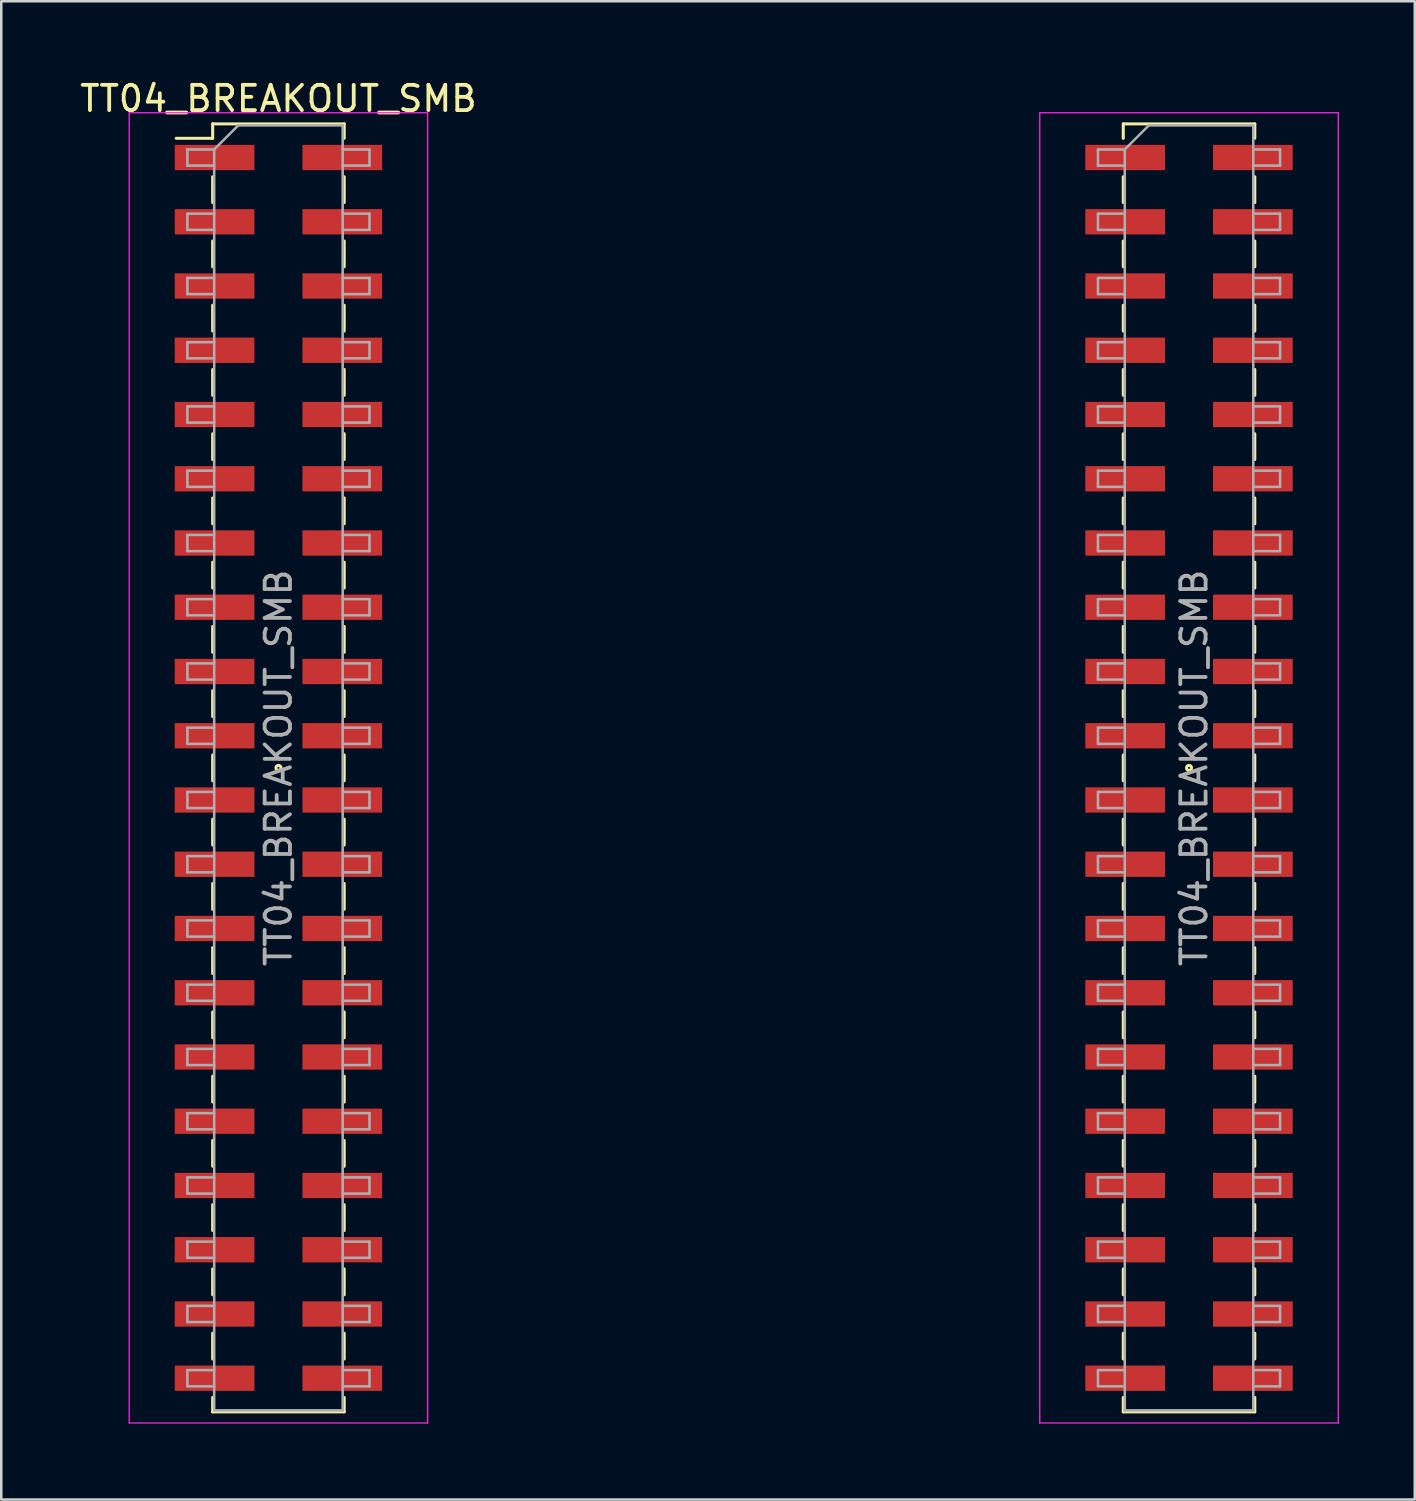
<source format=kicad_pcb>
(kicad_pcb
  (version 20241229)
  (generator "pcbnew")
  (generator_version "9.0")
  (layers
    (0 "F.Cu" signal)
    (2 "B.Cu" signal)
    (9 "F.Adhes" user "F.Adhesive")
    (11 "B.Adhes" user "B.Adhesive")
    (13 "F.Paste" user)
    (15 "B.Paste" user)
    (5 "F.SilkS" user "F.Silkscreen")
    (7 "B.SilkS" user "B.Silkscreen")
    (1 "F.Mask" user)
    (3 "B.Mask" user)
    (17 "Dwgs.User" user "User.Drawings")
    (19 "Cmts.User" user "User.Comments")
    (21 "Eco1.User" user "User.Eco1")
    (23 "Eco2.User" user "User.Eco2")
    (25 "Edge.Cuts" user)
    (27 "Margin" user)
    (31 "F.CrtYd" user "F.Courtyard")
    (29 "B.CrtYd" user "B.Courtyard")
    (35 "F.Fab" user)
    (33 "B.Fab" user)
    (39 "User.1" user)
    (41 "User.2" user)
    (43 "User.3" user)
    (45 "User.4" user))
  (footprint "TT04_BREAKOUT_SMB"
    (layer "F.Cu")
    (at 25.958 27.308)
    (property "Reference" "TT04_BREAKOUT_SMB" (at -18 -26.46 0) (layer "F.SilkS") (effects (font (size 1 1) (thickness 0.15))))
    (attr smd)
    (fp_line (start -22.04 -24.89) (end -20.6 -24.89) (stroke (width 0.12) (type solid)) (layer "F.SilkS"))
    (fp_line (start -20.6 -25.46) (end -20.6 -24.89) (stroke (width 0.12) (type solid)) (layer "F.SilkS"))
    (fp_line (start -20.6 -25.46) (end -15.4 -25.46) (stroke (width 0.12) (type solid)) (layer "F.SilkS"))
    (fp_line (start -20.6 -23.37) (end -20.6 -22.35) (stroke (width 0.12) (type solid)) (layer "F.SilkS"))
    (fp_line (start -20.6 -20.83) (end -20.6 -19.81) (stroke (width 0.12) (type solid)) (layer "F.SilkS"))
    (fp_line (start -20.6 -18.29) (end -20.6 -17.27) (stroke (width 0.12) (type solid)) (layer "F.SilkS"))
    (fp_line (start -20.6 -15.75) (end -20.6 -14.73) (stroke (width 0.12) (type solid)) (layer "F.SilkS"))
    (fp_line (start -20.6 -13.21) (end -20.6 -12.19) (stroke (width 0.12) (type solid)) (layer "F.SilkS"))
    (fp_line (start -20.6 -10.67) (end -20.6 -9.65) (stroke (width 0.12) (type solid)) (layer "F.SilkS"))
    (fp_line (start -20.6 -8.13) (end -20.6 -7.11) (stroke (width 0.12) (type solid)) (layer "F.SilkS"))
    (fp_line (start -20.6 -5.59) (end -20.6 -4.57) (stroke (width 0.12) (type solid)) (layer "F.SilkS"))
    (fp_line (start -20.6 -3.05) (end -20.6 -2.03) (stroke (width 0.12) (type solid)) (layer "F.SilkS"))
    (fp_line (start -20.6 -0.51) (end -20.6 0.51) (stroke (width 0.12) (type solid)) (layer "F.SilkS"))
    (fp_line (start -20.6 2.03) (end -20.6 3.05) (stroke (width 0.12) (type solid)) (layer "F.SilkS"))
    (fp_line (start -20.6 4.57) (end -20.6 5.59) (stroke (width 0.12) (type solid)) (layer "F.SilkS"))
    (fp_line (start -20.6 7.11) (end -20.6 8.13) (stroke (width 0.12) (type solid)) (layer "F.SilkS"))
    (fp_line (start -20.6 9.65) (end -20.6 10.67) (stroke (width 0.12) (type solid)) (layer "F.SilkS"))
    (fp_line (start -20.6 12.19) (end -20.6 13.21) (stroke (width 0.12) (type solid)) (layer "F.SilkS"))
    (fp_line (start -20.6 14.73) (end -20.6 15.75) (stroke (width 0.12) (type solid)) (layer "F.SilkS"))
    (fp_line (start -20.6 17.27) (end -20.6 18.29) (stroke (width 0.12) (type solid)) (layer "F.SilkS"))
    (fp_line (start -20.6 19.81) (end -20.6 20.83) (stroke (width 0.12) (type solid)) (layer "F.SilkS"))
    (fp_line (start -20.6 22.35) (end -20.6 23.37) (stroke (width 0.12) (type solid)) (layer "F.SilkS"))
    (fp_line (start -20.6 24.89) (end -20.6 25.46) (stroke (width 0.12) (type solid)) (layer "F.SilkS"))
    (fp_line (start -20.6 25.46) (end -15.4 25.46) (stroke (width 0.12) (type solid)) (layer "F.SilkS"))
    (fp_line (start -15.4 -25.46) (end -15.4 -24.89) (stroke (width 0.12) (type solid)) (layer "F.SilkS"))
    (fp_line (start -15.4 -23.37) (end -15.4 -22.35) (stroke (width 0.12) (type solid)) (layer "F.SilkS"))
    (fp_line (start -15.4 -20.83) (end -15.4 -19.81) (stroke (width 0.12) (type solid)) (layer "F.SilkS"))
    (fp_line (start -15.4 -18.29) (end -15.4 -17.27) (stroke (width 0.12) (type solid)) (layer "F.SilkS"))
    (fp_line (start -15.4 -15.75) (end -15.4 -14.73) (stroke (width 0.12) (type solid)) (layer "F.SilkS"))
    (fp_line (start -15.4 -13.21) (end -15.4 -12.19) (stroke (width 0.12) (type solid)) (layer "F.SilkS"))
    (fp_line (start -15.4 -10.67) (end -15.4 -9.65) (stroke (width 0.12) (type solid)) (layer "F.SilkS"))
    (fp_line (start -15.4 -8.13) (end -15.4 -7.11) (stroke (width 0.12) (type solid)) (layer "F.SilkS"))
    (fp_line (start -15.4 -5.59) (end -15.4 -4.57) (stroke (width 0.12) (type solid)) (layer "F.SilkS"))
    (fp_line (start -15.4 -3.05) (end -15.4 -2.03) (stroke (width 0.12) (type solid)) (layer "F.SilkS"))
    (fp_line (start -15.4 -0.51) (end -15.4 0.51) (stroke (width 0.12) (type solid)) (layer "F.SilkS"))
    (fp_line (start -15.4 2.03) (end -15.4 3.05) (stroke (width 0.12) (type solid)) (layer "F.SilkS"))
    (fp_line (start -15.4 4.57) (end -15.4 5.59) (stroke (width 0.12) (type solid)) (layer "F.SilkS"))
    (fp_line (start -15.4 7.11) (end -15.4 8.13) (stroke (width 0.12) (type solid)) (layer "F.SilkS"))
    (fp_line (start -15.4 9.65) (end -15.4 10.67) (stroke (width 0.12) (type solid)) (layer "F.SilkS"))
    (fp_line (start -15.4 12.19) (end -15.4 13.21) (stroke (width 0.12) (type solid)) (layer "F.SilkS"))
    (fp_line (start -15.4 14.73) (end -15.4 15.75) (stroke (width 0.12) (type solid)) (layer "F.SilkS"))
    (fp_line (start -15.4 17.27) (end -15.4 18.29) (stroke (width 0.12) (type solid)) (layer "F.SilkS"))
    (fp_line (start -15.4 19.81) (end -15.4 20.83) (stroke (width 0.12) (type solid)) (layer "F.SilkS"))
    (fp_line (start -15.4 22.35) (end -15.4 23.37) (stroke (width 0.12) (type solid)) (layer "F.SilkS"))
    (fp_line (start -15.4 24.89) (end -15.4 25.46) (stroke (width 0.12) (type solid)) (layer "F.SilkS"))
    (fp_line (start 15.4 -25.46) (end 15.4 -24.89) (stroke (width 0.12) (type solid)) (layer "F.SilkS"))
    (fp_line (start 15.4 -25.46) (end 20.6 -25.46) (stroke (width 0.12) (type solid)) (layer "F.SilkS"))
    (fp_line (start 15.4 -23.37) (end 15.4 -22.35) (stroke (width 0.12) (type solid)) (layer "F.SilkS"))
    (fp_line (start 15.4 -20.83) (end 15.4 -19.81) (stroke (width 0.12) (type solid)) (layer "F.SilkS"))
    (fp_line (start 15.4 -18.29) (end 15.4 -17.27) (stroke (width 0.12) (type solid)) (layer "F.SilkS"))
    (fp_line (start 15.4 -15.75) (end 15.4 -14.73) (stroke (width 0.12) (type solid)) (layer "F.SilkS"))
    (fp_line (start 15.4 -13.21) (end 15.4 -12.19) (stroke (width 0.12) (type solid)) (layer "F.SilkS"))
    (fp_line (start 15.4 -10.67) (end 15.4 -9.65) (stroke (width 0.12) (type solid)) (layer "F.SilkS"))
    (fp_line (start 15.4 -8.13) (end 15.4 -7.11) (stroke (width 0.12) (type solid)) (layer "F.SilkS"))
    (fp_line (start 15.4 -5.59) (end 15.4 -4.57) (stroke (width 0.12) (type solid)) (layer "F.SilkS"))
    (fp_line (start 15.4 -3.05) (end 15.4 -2.03) (stroke (width 0.12) (type solid)) (layer "F.SilkS"))
    (fp_line (start 15.4 -0.51) (end 15.4 0.51) (stroke (width 0.12) (type solid)) (layer "F.SilkS"))
    (fp_line (start 15.4 2.03) (end 15.4 3.05) (stroke (width 0.12) (type solid)) (layer "F.SilkS"))
    (fp_line (start 15.4 4.57) (end 15.4 5.59) (stroke (width 0.12) (type solid)) (layer "F.SilkS"))
    (fp_line (start 15.4 7.11) (end 15.4 8.13) (stroke (width 0.12) (type solid)) (layer "F.SilkS"))
    (fp_line (start 15.4 9.65) (end 15.4 10.67) (stroke (width 0.12) (type solid)) (layer "F.SilkS"))
    (fp_line (start 15.4 12.19) (end 15.4 13.21) (stroke (width 0.12) (type solid)) (layer "F.SilkS"))
    (fp_line (start 15.4 14.73) (end 15.4 15.75) (stroke (width 0.12) (type solid)) (layer "F.SilkS"))
    (fp_line (start 15.4 17.27) (end 15.4 18.29) (stroke (width 0.12) (type solid)) (layer "F.SilkS"))
    (fp_line (start 15.4 19.81) (end 15.4 20.83) (stroke (width 0.12) (type solid)) (layer "F.SilkS"))
    (fp_line (start 15.4 22.35) (end 15.4 23.37) (stroke (width 0.12) (type solid)) (layer "F.SilkS"))
    (fp_line (start 15.4 24.89) (end 15.4 25.46) (stroke (width 0.12) (type solid)) (layer "F.SilkS"))
    (fp_line (start 15.4 25.46) (end 20.6 25.46) (stroke (width 0.12) (type solid)) (layer "F.SilkS"))
    (fp_line (start 20.6 -25.46) (end 20.6 -24.89) (stroke (width 0.12) (type solid)) (layer "F.SilkS"))
    (fp_line (start 20.6 -23.37) (end 20.6 -22.35) (stroke (width 0.12) (type solid)) (layer "F.SilkS"))
    (fp_line (start 20.6 -20.83) (end 20.6 -19.81) (stroke (width 0.12) (type solid)) (layer "F.SilkS"))
    (fp_line (start 20.6 -18.29) (end 20.6 -17.27) (stroke (width 0.12) (type solid)) (layer "F.SilkS"))
    (fp_line (start 20.6 -15.75) (end 20.6 -14.73) (stroke (width 0.12) (type solid)) (layer "F.SilkS"))
    (fp_line (start 20.6 -13.21) (end 20.6 -12.19) (stroke (width 0.12) (type solid)) (layer "F.SilkS"))
    (fp_line (start 20.6 -10.67) (end 20.6 -9.65) (stroke (width 0.12) (type solid)) (layer "F.SilkS"))
    (fp_line (start 20.6 -8.13) (end 20.6 -7.11) (stroke (width 0.12) (type solid)) (layer "F.SilkS"))
    (fp_line (start 20.6 -5.59) (end 20.6 -4.57) (stroke (width 0.12) (type solid)) (layer "F.SilkS"))
    (fp_line (start 20.6 -3.05) (end 20.6 -2.03) (stroke (width 0.12) (type solid)) (layer "F.SilkS"))
    (fp_line (start 20.6 -0.51) (end 20.6 0.51) (stroke (width 0.12) (type solid)) (layer "F.SilkS"))
    (fp_line (start 20.6 2.03) (end 20.6 3.05) (stroke (width 0.12) (type solid)) (layer "F.SilkS"))
    (fp_line (start 20.6 4.57) (end 20.6 5.59) (stroke (width 0.12) (type solid)) (layer "F.SilkS"))
    (fp_line (start 20.6 7.11) (end 20.6 8.13) (stroke (width 0.12) (type solid)) (layer "F.SilkS"))
    (fp_line (start 20.6 9.65) (end 20.6 10.67) (stroke (width 0.12) (type solid)) (layer "F.SilkS"))
    (fp_line (start 20.6 12.19) (end 20.6 13.21) (stroke (width 0.12) (type solid)) (layer "F.SilkS"))
    (fp_line (start 20.6 14.73) (end 20.6 15.75) (stroke (width 0.12) (type solid)) (layer "F.SilkS"))
    (fp_line (start 20.6 17.27) (end 20.6 18.29) (stroke (width 0.12) (type solid)) (layer "F.SilkS"))
    (fp_line (start 20.6 19.81) (end 20.6 20.83) (stroke (width 0.12) (type solid)) (layer "F.SilkS"))
    (fp_line (start 20.6 22.35) (end 20.6 23.37) (stroke (width 0.12) (type solid)) (layer "F.SilkS"))
    (fp_line (start 20.6 24.89) (end 20.6 25.46) (stroke (width 0.12) (type solid)) (layer "F.SilkS"))
    (fp_circle (center -18 0) (end -17.9 0) (stroke (width 0.12) (type default)) (fill no) (layer "F.SilkS"))
    (fp_circle (center 18 0) (end 18.1 0) (stroke (width 0.12) (type default)) (fill no) (layer "F.SilkS"))
    (fp_line (start -23.9 -25.9) (end -23.9 25.9) (stroke (width 0.05) (type solid)) (layer "F.CrtYd"))
    (fp_line (start -23.9 25.9) (end -12.1 25.9) (stroke (width 0.05) (type solid)) (layer "F.CrtYd"))
    (fp_line (start -12.1 -25.9) (end -23.9 -25.9) (stroke (width 0.05) (type solid)) (layer "F.CrtYd"))
    (fp_line (start -12.1 25.9) (end -12.1 -25.9) (stroke (width 0.05) (type solid)) (layer "F.CrtYd"))
    (fp_line (start 12.1 -25.9) (end 12.1 25.9) (stroke (width 0.05) (type solid)) (layer "F.CrtYd"))
    (fp_line (start 12.1 25.9) (end 23.9 25.9) (stroke (width 0.05) (type solid)) (layer "F.CrtYd"))
    (fp_line (start 23.9 -25.9) (end 12.1 -25.9) (stroke (width 0.05) (type solid)) (layer "F.CrtYd"))
    (fp_line (start 23.9 25.9) (end 23.9 -25.9) (stroke (width 0.05) (type solid)) (layer "F.CrtYd"))
    (fp_line (start -21.6 -24.45) (end -21.6 -23.81) (stroke (width 0.1) (type solid)) (layer "F.Fab"))
    (fp_line (start -21.6 -23.81) (end -20.54 -23.81) (stroke (width 0.1) (type solid)) (layer "F.Fab"))
    (fp_line (start -21.6 -21.91) (end -21.6 -21.27) (stroke (width 0.1) (type solid)) (layer "F.Fab"))
    (fp_line (start -21.6 -21.27) (end -20.54 -21.27) (stroke (width 0.1) (type solid)) (layer "F.Fab"))
    (fp_line (start -21.6 -19.37) (end -21.6 -18.73) (stroke (width 0.1) (type solid)) (layer "F.Fab"))
    (fp_line (start -21.6 -18.73) (end -20.54 -18.73) (stroke (width 0.1) (type solid)) (layer "F.Fab"))
    (fp_line (start -21.6 -16.83) (end -21.6 -16.19) (stroke (width 0.1) (type solid)) (layer "F.Fab"))
    (fp_line (start -21.6 -16.19) (end -20.54 -16.19) (stroke (width 0.1) (type solid)) (layer "F.Fab"))
    (fp_line (start -21.6 -14.29) (end -21.6 -13.65) (stroke (width 0.1) (type solid)) (layer "F.Fab"))
    (fp_line (start -21.6 -13.65) (end -20.54 -13.65) (stroke (width 0.1) (type solid)) (layer "F.Fab"))
    (fp_line (start -21.6 -11.75) (end -21.6 -11.11) (stroke (width 0.1) (type solid)) (layer "F.Fab"))
    (fp_line (start -21.6 -11.11) (end -20.54 -11.11) (stroke (width 0.1) (type solid)) (layer "F.Fab"))
    (fp_line (start -21.6 -9.21) (end -21.6 -8.57) (stroke (width 0.1) (type solid)) (layer "F.Fab"))
    (fp_line (start -21.6 -8.57) (end -20.54 -8.57) (stroke (width 0.1) (type solid)) (layer "F.Fab"))
    (fp_line (start -21.6 -6.67) (end -21.6 -6.03) (stroke (width 0.1) (type solid)) (layer "F.Fab"))
    (fp_line (start -21.6 -6.03) (end -20.54 -6.03) (stroke (width 0.1) (type solid)) (layer "F.Fab"))
    (fp_line (start -21.6 -4.13) (end -21.6 -3.49) (stroke (width 0.1) (type solid)) (layer "F.Fab"))
    (fp_line (start -21.6 -3.49) (end -20.54 -3.49) (stroke (width 0.1) (type solid)) (layer "F.Fab"))
    (fp_line (start -21.6 -1.59) (end -21.6 -0.95) (stroke (width 0.1) (type solid)) (layer "F.Fab"))
    (fp_line (start -21.6 -0.95) (end -20.54 -0.95) (stroke (width 0.1) (type solid)) (layer "F.Fab"))
    (fp_line (start -21.6 0.95) (end -21.6 1.59) (stroke (width 0.1) (type solid)) (layer "F.Fab"))
    (fp_line (start -21.6 1.59) (end -20.54 1.59) (stroke (width 0.1) (type solid)) (layer "F.Fab"))
    (fp_line (start -21.6 3.49) (end -21.6 4.13) (stroke (width 0.1) (type solid)) (layer "F.Fab"))
    (fp_line (start -21.6 4.13) (end -20.54 4.13) (stroke (width 0.1) (type solid)) (layer "F.Fab"))
    (fp_line (start -21.6 6.03) (end -21.6 6.67) (stroke (width 0.1) (type solid)) (layer "F.Fab"))
    (fp_line (start -21.6 6.67) (end -20.54 6.67) (stroke (width 0.1) (type solid)) (layer "F.Fab"))
    (fp_line (start -21.6 8.57) (end -21.6 9.21) (stroke (width 0.1) (type solid)) (layer "F.Fab"))
    (fp_line (start -21.6 9.21) (end -20.54 9.21) (stroke (width 0.1) (type solid)) (layer "F.Fab"))
    (fp_line (start -21.6 11.11) (end -21.6 11.75) (stroke (width 0.1) (type solid)) (layer "F.Fab"))
    (fp_line (start -21.6 11.75) (end -20.54 11.75) (stroke (width 0.1) (type solid)) (layer "F.Fab"))
    (fp_line (start -21.6 13.65) (end -21.6 14.29) (stroke (width 0.1) (type solid)) (layer "F.Fab"))
    (fp_line (start -21.6 14.29) (end -20.54 14.29) (stroke (width 0.1) (type solid)) (layer "F.Fab"))
    (fp_line (start -21.6 16.19) (end -21.6 16.83) (stroke (width 0.1) (type solid)) (layer "F.Fab"))
    (fp_line (start -21.6 16.83) (end -20.54 16.83) (stroke (width 0.1) (type solid)) (layer "F.Fab"))
    (fp_line (start -21.6 18.73) (end -21.6 19.37) (stroke (width 0.1) (type solid)) (layer "F.Fab"))
    (fp_line (start -21.6 19.37) (end -20.54 19.37) (stroke (width 0.1) (type solid)) (layer "F.Fab"))
    (fp_line (start -21.6 21.27) (end -21.6 21.91) (stroke (width 0.1) (type solid)) (layer "F.Fab"))
    (fp_line (start -21.6 21.91) (end -20.54 21.91) (stroke (width 0.1) (type solid)) (layer "F.Fab"))
    (fp_line (start -21.6 23.81) (end -21.6 24.45) (stroke (width 0.1) (type solid)) (layer "F.Fab"))
    (fp_line (start -21.6 24.45) (end -20.54 24.45) (stroke (width 0.1) (type solid)) (layer "F.Fab"))
    (fp_line (start -20.54 -24.45) (end -21.6 -24.45) (stroke (width 0.1) (type solid)) (layer "F.Fab"))
    (fp_line (start -20.54 -24.45) (end -19.59 -25.4) (stroke (width 0.1) (type solid)) (layer "F.Fab"))
    (fp_line (start -20.54 -21.91) (end -21.6 -21.91) (stroke (width 0.1) (type solid)) (layer "F.Fab"))
    (fp_line (start -20.54 -19.37) (end -21.6 -19.37) (stroke (width 0.1) (type solid)) (layer "F.Fab"))
    (fp_line (start -20.54 -16.83) (end -21.6 -16.83) (stroke (width 0.1) (type solid)) (layer "F.Fab"))
    (fp_line (start -20.54 -14.29) (end -21.6 -14.29) (stroke (width 0.1) (type solid)) (layer "F.Fab"))
    (fp_line (start -20.54 -11.75) (end -21.6 -11.75) (stroke (width 0.1) (type solid)) (layer "F.Fab"))
    (fp_line (start -20.54 -9.21) (end -21.6 -9.21) (stroke (width 0.1) (type solid)) (layer "F.Fab"))
    (fp_line (start -20.54 -6.67) (end -21.6 -6.67) (stroke (width 0.1) (type solid)) (layer "F.Fab"))
    (fp_line (start -20.54 -4.13) (end -21.6 -4.13) (stroke (width 0.1) (type solid)) (layer "F.Fab"))
    (fp_line (start -20.54 -1.59) (end -21.6 -1.59) (stroke (width 0.1) (type solid)) (layer "F.Fab"))
    (fp_line (start -20.54 0.95) (end -21.6 0.95) (stroke (width 0.1) (type solid)) (layer "F.Fab"))
    (fp_line (start -20.54 3.49) (end -21.6 3.49) (stroke (width 0.1) (type solid)) (layer "F.Fab"))
    (fp_line (start -20.54 6.03) (end -21.6 6.03) (stroke (width 0.1) (type solid)) (layer "F.Fab"))
    (fp_line (start -20.54 8.57) (end -21.6 8.57) (stroke (width 0.1) (type solid)) (layer "F.Fab"))
    (fp_line (start -20.54 11.11) (end -21.6 11.11) (stroke (width 0.1) (type solid)) (layer "F.Fab"))
    (fp_line (start -20.54 13.65) (end -21.6 13.65) (stroke (width 0.1) (type solid)) (layer "F.Fab"))
    (fp_line (start -20.54 16.19) (end -21.6 16.19) (stroke (width 0.1) (type solid)) (layer "F.Fab"))
    (fp_line (start -20.54 18.73) (end -21.6 18.73) (stroke (width 0.1) (type solid)) (layer "F.Fab"))
    (fp_line (start -20.54 21.27) (end -21.6 21.27) (stroke (width 0.1) (type solid)) (layer "F.Fab"))
    (fp_line (start -20.54 23.81) (end -21.6 23.81) (stroke (width 0.1) (type solid)) (layer "F.Fab"))
    (fp_line (start -20.54 25.4) (end -20.54 -24.45) (stroke (width 0.1) (type solid)) (layer "F.Fab"))
    (fp_line (start -19.59 -25.4) (end -15.46 -25.4) (stroke (width 0.1) (type solid)) (layer "F.Fab"))
    (fp_line (start -15.46 -25.4) (end -15.46 25.4) (stroke (width 0.1) (type solid)) (layer "F.Fab"))
    (fp_line (start -15.46 -24.45) (end -14.4 -24.45) (stroke (width 0.1) (type solid)) (layer "F.Fab"))
    (fp_line (start -15.46 -21.91) (end -14.4 -21.91) (stroke (width 0.1) (type solid)) (layer "F.Fab"))
    (fp_line (start -15.46 -19.37) (end -14.4 -19.37) (stroke (width 0.1) (type solid)) (layer "F.Fab"))
    (fp_line (start -15.46 -16.83) (end -14.4 -16.83) (stroke (width 0.1) (type solid)) (layer "F.Fab"))
    (fp_line (start -15.46 -14.29) (end -14.4 -14.29) (stroke (width 0.1) (type solid)) (layer "F.Fab"))
    (fp_line (start -15.46 -11.75) (end -14.4 -11.75) (stroke (width 0.1) (type solid)) (layer "F.Fab"))
    (fp_line (start -15.46 -9.21) (end -14.4 -9.21) (stroke (width 0.1) (type solid)) (layer "F.Fab"))
    (fp_line (start -15.46 -6.67) (end -14.4 -6.67) (stroke (width 0.1) (type solid)) (layer "F.Fab"))
    (fp_line (start -15.46 -4.13) (end -14.4 -4.13) (stroke (width 0.1) (type solid)) (layer "F.Fab"))
    (fp_line (start -15.46 -1.59) (end -14.4 -1.59) (stroke (width 0.1) (type solid)) (layer "F.Fab"))
    (fp_line (start -15.46 0.95) (end -14.4 0.95) (stroke (width 0.1) (type solid)) (layer "F.Fab"))
    (fp_line (start -15.46 3.49) (end -14.4 3.49) (stroke (width 0.1) (type solid)) (layer "F.Fab"))
    (fp_line (start -15.46 6.03) (end -14.4 6.03) (stroke (width 0.1) (type solid)) (layer "F.Fab"))
    (fp_line (start -15.46 8.57) (end -14.4 8.57) (stroke (width 0.1) (type solid)) (layer "F.Fab"))
    (fp_line (start -15.46 11.11) (end -14.4 11.11) (stroke (width 0.1) (type solid)) (layer "F.Fab"))
    (fp_line (start -15.46 13.65) (end -14.4 13.65) (stroke (width 0.1) (type solid)) (layer "F.Fab"))
    (fp_line (start -15.46 16.19) (end -14.4 16.19) (stroke (width 0.1) (type solid)) (layer "F.Fab"))
    (fp_line (start -15.46 18.73) (end -14.4 18.73) (stroke (width 0.1) (type solid)) (layer "F.Fab"))
    (fp_line (start -15.46 21.27) (end -14.4 21.27) (stroke (width 0.1) (type solid)) (layer "F.Fab"))
    (fp_line (start -15.46 23.81) (end -14.4 23.81) (stroke (width 0.1) (type solid)) (layer "F.Fab"))
    (fp_line (start -15.46 25.4) (end -20.54 25.4) (stroke (width 0.1) (type solid)) (layer "F.Fab"))
    (fp_line (start -14.4 -24.45) (end -14.4 -23.81) (stroke (width 0.1) (type solid)) (layer "F.Fab"))
    (fp_line (start -14.4 -23.81) (end -15.46 -23.81) (stroke (width 0.1) (type solid)) (layer "F.Fab"))
    (fp_line (start -14.4 -21.91) (end -14.4 -21.27) (stroke (width 0.1) (type solid)) (layer "F.Fab"))
    (fp_line (start -14.4 -21.27) (end -15.46 -21.27) (stroke (width 0.1) (type solid)) (layer "F.Fab"))
    (fp_line (start -14.4 -19.37) (end -14.4 -18.73) (stroke (width 0.1) (type solid)) (layer "F.Fab"))
    (fp_line (start -14.4 -18.73) (end -15.46 -18.73) (stroke (width 0.1) (type solid)) (layer "F.Fab"))
    (fp_line (start -14.4 -16.83) (end -14.4 -16.19) (stroke (width 0.1) (type solid)) (layer "F.Fab"))
    (fp_line (start -14.4 -16.19) (end -15.46 -16.19) (stroke (width 0.1) (type solid)) (layer "F.Fab"))
    (fp_line (start -14.4 -14.29) (end -14.4 -13.65) (stroke (width 0.1) (type solid)) (layer "F.Fab"))
    (fp_line (start -14.4 -13.65) (end -15.46 -13.65) (stroke (width 0.1) (type solid)) (layer "F.Fab"))
    (fp_line (start -14.4 -11.75) (end -14.4 -11.11) (stroke (width 0.1) (type solid)) (layer "F.Fab"))
    (fp_line (start -14.4 -11.11) (end -15.46 -11.11) (stroke (width 0.1) (type solid)) (layer "F.Fab"))
    (fp_line (start -14.4 -9.21) (end -14.4 -8.57) (stroke (width 0.1) (type solid)) (layer "F.Fab"))
    (fp_line (start -14.4 -8.57) (end -15.46 -8.57) (stroke (width 0.1) (type solid)) (layer "F.Fab"))
    (fp_line (start -14.4 -6.67) (end -14.4 -6.03) (stroke (width 0.1) (type solid)) (layer "F.Fab"))
    (fp_line (start -14.4 -6.03) (end -15.46 -6.03) (stroke (width 0.1) (type solid)) (layer "F.Fab"))
    (fp_line (start -14.4 -4.13) (end -14.4 -3.49) (stroke (width 0.1) (type solid)) (layer "F.Fab"))
    (fp_line (start -14.4 -3.49) (end -15.46 -3.49) (stroke (width 0.1) (type solid)) (layer "F.Fab"))
    (fp_line (start -14.4 -1.59) (end -14.4 -0.95) (stroke (width 0.1) (type solid)) (layer "F.Fab"))
    (fp_line (start -14.4 -0.95) (end -15.46 -0.95) (stroke (width 0.1) (type solid)) (layer "F.Fab"))
    (fp_line (start -14.4 0.95) (end -14.4 1.59) (stroke (width 0.1) (type solid)) (layer "F.Fab"))
    (fp_line (start -14.4 1.59) (end -15.46 1.59) (stroke (width 0.1) (type solid)) (layer "F.Fab"))
    (fp_line (start -14.4 3.49) (end -14.4 4.13) (stroke (width 0.1) (type solid)) (layer "F.Fab"))
    (fp_line (start -14.4 4.13) (end -15.46 4.13) (stroke (width 0.1) (type solid)) (layer "F.Fab"))
    (fp_line (start -14.4 6.03) (end -14.4 6.67) (stroke (width 0.1) (type solid)) (layer "F.Fab"))
    (fp_line (start -14.4 6.67) (end -15.46 6.67) (stroke (width 0.1) (type solid)) (layer "F.Fab"))
    (fp_line (start -14.4 8.57) (end -14.4 9.21) (stroke (width 0.1) (type solid)) (layer "F.Fab"))
    (fp_line (start -14.4 9.21) (end -15.46 9.21) (stroke (width 0.1) (type solid)) (layer "F.Fab"))
    (fp_line (start -14.4 11.11) (end -14.4 11.75) (stroke (width 0.1) (type solid)) (layer "F.Fab"))
    (fp_line (start -14.4 11.75) (end -15.46 11.75) (stroke (width 0.1) (type solid)) (layer "F.Fab"))
    (fp_line (start -14.4 13.65) (end -14.4 14.29) (stroke (width 0.1) (type solid)) (layer "F.Fab"))
    (fp_line (start -14.4 14.29) (end -15.46 14.29) (stroke (width 0.1) (type solid)) (layer "F.Fab"))
    (fp_line (start -14.4 16.19) (end -14.4 16.83) (stroke (width 0.1) (type solid)) (layer "F.Fab"))
    (fp_line (start -14.4 16.83) (end -15.46 16.83) (stroke (width 0.1) (type solid)) (layer "F.Fab"))
    (fp_line (start -14.4 18.73) (end -14.4 19.37) (stroke (width 0.1) (type solid)) (layer "F.Fab"))
    (fp_line (start -14.4 19.37) (end -15.46 19.37) (stroke (width 0.1) (type solid)) (layer "F.Fab"))
    (fp_line (start -14.4 21.27) (end -14.4 21.91) (stroke (width 0.1) (type solid)) (layer "F.Fab"))
    (fp_line (start -14.4 21.91) (end -15.46 21.91) (stroke (width 0.1) (type solid)) (layer "F.Fab"))
    (fp_line (start -14.4 23.81) (end -14.4 24.45) (stroke (width 0.1) (type solid)) (layer "F.Fab"))
    (fp_line (start -14.4 24.45) (end -15.46 24.45) (stroke (width 0.1) (type solid)) (layer "F.Fab"))
    (fp_line (start 14.4 -24.45) (end 14.4 -23.81) (stroke (width 0.1) (type solid)) (layer "F.Fab"))
    (fp_line (start 14.4 -23.81) (end 15.46 -23.81) (stroke (width 0.1) (type solid)) (layer "F.Fab"))
    (fp_line (start 14.4 -21.91) (end 14.4 -21.27) (stroke (width 0.1) (type solid)) (layer "F.Fab"))
    (fp_line (start 14.4 -21.27) (end 15.46 -21.27) (stroke (width 0.1) (type solid)) (layer "F.Fab"))
    (fp_line (start 14.4 -19.37) (end 14.4 -18.73) (stroke (width 0.1) (type solid)) (layer "F.Fab"))
    (fp_line (start 14.4 -18.73) (end 15.46 -18.73) (stroke (width 0.1) (type solid)) (layer "F.Fab"))
    (fp_line (start 14.4 -16.83) (end 14.4 -16.19) (stroke (width 0.1) (type solid)) (layer "F.Fab"))
    (fp_line (start 14.4 -16.19) (end 15.46 -16.19) (stroke (width 0.1) (type solid)) (layer "F.Fab"))
    (fp_line (start 14.4 -14.29) (end 14.4 -13.65) (stroke (width 0.1) (type solid)) (layer "F.Fab"))
    (fp_line (start 14.4 -13.65) (end 15.46 -13.65) (stroke (width 0.1) (type solid)) (layer "F.Fab"))
    (fp_line (start 14.4 -11.75) (end 14.4 -11.11) (stroke (width 0.1) (type solid)) (layer "F.Fab"))
    (fp_line (start 14.4 -11.11) (end 15.46 -11.11) (stroke (width 0.1) (type solid)) (layer "F.Fab"))
    (fp_line (start 14.4 -9.21) (end 14.4 -8.57) (stroke (width 0.1) (type solid)) (layer "F.Fab"))
    (fp_line (start 14.4 -8.57) (end 15.46 -8.57) (stroke (width 0.1) (type solid)) (layer "F.Fab"))
    (fp_line (start 14.4 -6.67) (end 14.4 -6.03) (stroke (width 0.1) (type solid)) (layer "F.Fab"))
    (fp_line (start 14.4 -6.03) (end 15.46 -6.03) (stroke (width 0.1) (type solid)) (layer "F.Fab"))
    (fp_line (start 14.4 -4.13) (end 14.4 -3.49) (stroke (width 0.1) (type solid)) (layer "F.Fab"))
    (fp_line (start 14.4 -3.49) (end 15.46 -3.49) (stroke (width 0.1) (type solid)) (layer "F.Fab"))
    (fp_line (start 14.4 -1.59) (end 14.4 -0.95) (stroke (width 0.1) (type solid)) (layer "F.Fab"))
    (fp_line (start 14.4 -0.95) (end 15.46 -0.95) (stroke (width 0.1) (type solid)) (layer "F.Fab"))
    (fp_line (start 14.4 0.95) (end 14.4 1.59) (stroke (width 0.1) (type solid)) (layer "F.Fab"))
    (fp_line (start 14.4 1.59) (end 15.46 1.59) (stroke (width 0.1) (type solid)) (layer "F.Fab"))
    (fp_line (start 14.4 3.49) (end 14.4 4.13) (stroke (width 0.1) (type solid)) (layer "F.Fab"))
    (fp_line (start 14.4 4.13) (end 15.46 4.13) (stroke (width 0.1) (type solid)) (layer "F.Fab"))
    (fp_line (start 14.4 6.03) (end 14.4 6.67) (stroke (width 0.1) (type solid)) (layer "F.Fab"))
    (fp_line (start 14.4 6.67) (end 15.46 6.67) (stroke (width 0.1) (type solid)) (layer "F.Fab"))
    (fp_line (start 14.4 8.57) (end 14.4 9.21) (stroke (width 0.1) (type solid)) (layer "F.Fab"))
    (fp_line (start 14.4 9.21) (end 15.46 9.21) (stroke (width 0.1) (type solid)) (layer "F.Fab"))
    (fp_line (start 14.4 11.11) (end 14.4 11.75) (stroke (width 0.1) (type solid)) (layer "F.Fab"))
    (fp_line (start 14.4 11.75) (end 15.46 11.75) (stroke (width 0.1) (type solid)) (layer "F.Fab"))
    (fp_line (start 14.4 13.65) (end 14.4 14.29) (stroke (width 0.1) (type solid)) (layer "F.Fab"))
    (fp_line (start 14.4 14.29) (end 15.46 14.29) (stroke (width 0.1) (type solid)) (layer "F.Fab"))
    (fp_line (start 14.4 16.19) (end 14.4 16.83) (stroke (width 0.1) (type solid)) (layer "F.Fab"))
    (fp_line (start 14.4 16.83) (end 15.46 16.83) (stroke (width 0.1) (type solid)) (layer "F.Fab"))
    (fp_line (start 14.4 18.73) (end 14.4 19.37) (stroke (width 0.1) (type solid)) (layer "F.Fab"))
    (fp_line (start 14.4 19.37) (end 15.46 19.37) (stroke (width 0.1) (type solid)) (layer "F.Fab"))
    (fp_line (start 14.4 21.27) (end 14.4 21.91) (stroke (width 0.1) (type solid)) (layer "F.Fab"))
    (fp_line (start 14.4 21.91) (end 15.46 21.91) (stroke (width 0.1) (type solid)) (layer "F.Fab"))
    (fp_line (start 14.4 23.81) (end 14.4 24.45) (stroke (width 0.1) (type solid)) (layer "F.Fab"))
    (fp_line (start 14.4 24.45) (end 15.46 24.45) (stroke (width 0.1) (type solid)) (layer "F.Fab"))
    (fp_line (start 15.46 -24.45) (end 14.4 -24.45) (stroke (width 0.1) (type solid)) (layer "F.Fab"))
    (fp_line (start 15.46 -24.45) (end 16.41 -25.4) (stroke (width 0.1) (type solid)) (layer "F.Fab"))
    (fp_line (start 15.46 -21.91) (end 14.4 -21.91) (stroke (width 0.1) (type solid)) (layer "F.Fab"))
    (fp_line (start 15.46 -19.37) (end 14.4 -19.37) (stroke (width 0.1) (type solid)) (layer "F.Fab"))
    (fp_line (start 15.46 -16.83) (end 14.4 -16.83) (stroke (width 0.1) (type solid)) (layer "F.Fab"))
    (fp_line (start 15.46 -14.29) (end 14.4 -14.29) (stroke (width 0.1) (type solid)) (layer "F.Fab"))
    (fp_line (start 15.46 -11.75) (end 14.4 -11.75) (stroke (width 0.1) (type solid)) (layer "F.Fab"))
    (fp_line (start 15.46 -9.21) (end 14.4 -9.21) (stroke (width 0.1) (type solid)) (layer "F.Fab"))
    (fp_line (start 15.46 -6.67) (end 14.4 -6.67) (stroke (width 0.1) (type solid)) (layer "F.Fab"))
    (fp_line (start 15.46 -4.13) (end 14.4 -4.13) (stroke (width 0.1) (type solid)) (layer "F.Fab"))
    (fp_line (start 15.46 -1.59) (end 14.4 -1.59) (stroke (width 0.1) (type solid)) (layer "F.Fab"))
    (fp_line (start 15.46 0.95) (end 14.4 0.95) (stroke (width 0.1) (type solid)) (layer "F.Fab"))
    (fp_line (start 15.46 3.49) (end 14.4 3.49) (stroke (width 0.1) (type solid)) (layer "F.Fab"))
    (fp_line (start 15.46 6.03) (end 14.4 6.03) (stroke (width 0.1) (type solid)) (layer "F.Fab"))
    (fp_line (start 15.46 8.57) (end 14.4 8.57) (stroke (width 0.1) (type solid)) (layer "F.Fab"))
    (fp_line (start 15.46 11.11) (end 14.4 11.11) (stroke (width 0.1) (type solid)) (layer "F.Fab"))
    (fp_line (start 15.46 13.65) (end 14.4 13.65) (stroke (width 0.1) (type solid)) (layer "F.Fab"))
    (fp_line (start 15.46 16.19) (end 14.4 16.19) (stroke (width 0.1) (type solid)) (layer "F.Fab"))
    (fp_line (start 15.46 18.73) (end 14.4 18.73) (stroke (width 0.1) (type solid)) (layer "F.Fab"))
    (fp_line (start 15.46 21.27) (end 14.4 21.27) (stroke (width 0.1) (type solid)) (layer "F.Fab"))
    (fp_line (start 15.46 23.81) (end 14.4 23.81) (stroke (width 0.1) (type solid)) (layer "F.Fab"))
    (fp_line (start 15.46 25.4) (end 15.46 -24.45) (stroke (width 0.1) (type solid)) (layer "F.Fab"))
    (fp_line (start 16.41 -25.4) (end 20.54 -25.4) (stroke (width 0.1) (type solid)) (layer "F.Fab"))
    (fp_line (start 20.54 -25.4) (end 20.54 25.4) (stroke (width 0.1) (type solid)) (layer "F.Fab"))
    (fp_line (start 20.54 -24.45) (end 21.6 -24.45) (stroke (width 0.1) (type solid)) (layer "F.Fab"))
    (fp_line (start 20.54 -21.91) (end 21.6 -21.91) (stroke (width 0.1) (type solid)) (layer "F.Fab"))
    (fp_line (start 20.54 -19.37) (end 21.6 -19.37) (stroke (width 0.1) (type solid)) (layer "F.Fab"))
    (fp_line (start 20.54 -16.83) (end 21.6 -16.83) (stroke (width 0.1) (type solid)) (layer "F.Fab"))
    (fp_line (start 20.54 -14.29) (end 21.6 -14.29) (stroke (width 0.1) (type solid)) (layer "F.Fab"))
    (fp_line (start 20.54 -11.75) (end 21.6 -11.75) (stroke (width 0.1) (type solid)) (layer "F.Fab"))
    (fp_line (start 20.54 -9.21) (end 21.6 -9.21) (stroke (width 0.1) (type solid)) (layer "F.Fab"))
    (fp_line (start 20.54 -6.67) (end 21.6 -6.67) (stroke (width 0.1) (type solid)) (layer "F.Fab"))
    (fp_line (start 20.54 -4.13) (end 21.6 -4.13) (stroke (width 0.1) (type solid)) (layer "F.Fab"))
    (fp_line (start 20.54 -1.59) (end 21.6 -1.59) (stroke (width 0.1) (type solid)) (layer "F.Fab"))
    (fp_line (start 20.54 0.95) (end 21.6 0.95) (stroke (width 0.1) (type solid)) (layer "F.Fab"))
    (fp_line (start 20.54 3.49) (end 21.6 3.49) (stroke (width 0.1) (type solid)) (layer "F.Fab"))
    (fp_line (start 20.54 6.03) (end 21.6 6.03) (stroke (width 0.1) (type solid)) (layer "F.Fab"))
    (fp_line (start 20.54 8.57) (end 21.6 8.57) (stroke (width 0.1) (type solid)) (layer "F.Fab"))
    (fp_line (start 20.54 11.11) (end 21.6 11.11) (stroke (width 0.1) (type solid)) (layer "F.Fab"))
    (fp_line (start 20.54 13.65) (end 21.6 13.65) (stroke (width 0.1) (type solid)) (layer "F.Fab"))
    (fp_line (start 20.54 16.19) (end 21.6 16.19) (stroke (width 0.1) (type solid)) (layer "F.Fab"))
    (fp_line (start 20.54 18.73) (end 21.6 18.73) (stroke (width 0.1) (type solid)) (layer "F.Fab"))
    (fp_line (start 20.54 21.27) (end 21.6 21.27) (stroke (width 0.1) (type solid)) (layer "F.Fab"))
    (fp_line (start 20.54 23.81) (end 21.6 23.81) (stroke (width 0.1) (type solid)) (layer "F.Fab"))
    (fp_line (start 20.54 25.4) (end 15.46 25.4) (stroke (width 0.1) (type solid)) (layer "F.Fab"))
    (fp_line (start 21.6 -24.45) (end 21.6 -23.81) (stroke (width 0.1) (type solid)) (layer "F.Fab"))
    (fp_line (start 21.6 -23.81) (end 20.54 -23.81) (stroke (width 0.1) (type solid)) (layer "F.Fab"))
    (fp_line (start 21.6 -21.91) (end 21.6 -21.27) (stroke (width 0.1) (type solid)) (layer "F.Fab"))
    (fp_line (start 21.6 -21.27) (end 20.54 -21.27) (stroke (width 0.1) (type solid)) (layer "F.Fab"))
    (fp_line (start 21.6 -19.37) (end 21.6 -18.73) (stroke (width 0.1) (type solid)) (layer "F.Fab"))
    (fp_line (start 21.6 -18.73) (end 20.54 -18.73) (stroke (width 0.1) (type solid)) (layer "F.Fab"))
    (fp_line (start 21.6 -16.83) (end 21.6 -16.19) (stroke (width 0.1) (type solid)) (layer "F.Fab"))
    (fp_line (start 21.6 -16.19) (end 20.54 -16.19) (stroke (width 0.1) (type solid)) (layer "F.Fab"))
    (fp_line (start 21.6 -14.29) (end 21.6 -13.65) (stroke (width 0.1) (type solid)) (layer "F.Fab"))
    (fp_line (start 21.6 -13.65) (end 20.54 -13.65) (stroke (width 0.1) (type solid)) (layer "F.Fab"))
    (fp_line (start 21.6 -11.75) (end 21.6 -11.11) (stroke (width 0.1) (type solid)) (layer "F.Fab"))
    (fp_line (start 21.6 -11.11) (end 20.54 -11.11) (stroke (width 0.1) (type solid)) (layer "F.Fab"))
    (fp_line (start 21.6 -9.21) (end 21.6 -8.57) (stroke (width 0.1) (type solid)) (layer "F.Fab"))
    (fp_line (start 21.6 -8.57) (end 20.54 -8.57) (stroke (width 0.1) (type solid)) (layer "F.Fab"))
    (fp_line (start 21.6 -6.67) (end 21.6 -6.03) (stroke (width 0.1) (type solid)) (layer "F.Fab"))
    (fp_line (start 21.6 -6.03) (end 20.54 -6.03) (stroke (width 0.1) (type solid)) (layer "F.Fab"))
    (fp_line (start 21.6 -4.13) (end 21.6 -3.49) (stroke (width 0.1) (type solid)) (layer "F.Fab"))
    (fp_line (start 21.6 -3.49) (end 20.54 -3.49) (stroke (width 0.1) (type solid)) (layer "F.Fab"))
    (fp_line (start 21.6 -1.59) (end 21.6 -0.95) (stroke (width 0.1) (type solid)) (layer "F.Fab"))
    (fp_line (start 21.6 -0.95) (end 20.54 -0.95) (stroke (width 0.1) (type solid)) (layer "F.Fab"))
    (fp_line (start 21.6 0.95) (end 21.6 1.59) (stroke (width 0.1) (type solid)) (layer "F.Fab"))
    (fp_line (start 21.6 1.59) (end 20.54 1.59) (stroke (width 0.1) (type solid)) (layer "F.Fab"))
    (fp_line (start 21.6 3.49) (end 21.6 4.13) (stroke (width 0.1) (type solid)) (layer "F.Fab"))
    (fp_line (start 21.6 4.13) (end 20.54 4.13) (stroke (width 0.1) (type solid)) (layer "F.Fab"))
    (fp_line (start 21.6 6.03) (end 21.6 6.67) (stroke (width 0.1) (type solid)) (layer "F.Fab"))
    (fp_line (start 21.6 6.67) (end 20.54 6.67) (stroke (width 0.1) (type solid)) (layer "F.Fab"))
    (fp_line (start 21.6 8.57) (end 21.6 9.21) (stroke (width 0.1) (type solid)) (layer "F.Fab"))
    (fp_line (start 21.6 9.21) (end 20.54 9.21) (stroke (width 0.1) (type solid)) (layer "F.Fab"))
    (fp_line (start 21.6 11.11) (end 21.6 11.75) (stroke (width 0.1) (type solid)) (layer "F.Fab"))
    (fp_line (start 21.6 11.75) (end 20.54 11.75) (stroke (width 0.1) (type solid)) (layer "F.Fab"))
    (fp_line (start 21.6 13.65) (end 21.6 14.29) (stroke (width 0.1) (type solid)) (layer "F.Fab"))
    (fp_line (start 21.6 14.29) (end 20.54 14.29) (stroke (width 0.1) (type solid)) (layer "F.Fab"))
    (fp_line (start 21.6 16.19) (end 21.6 16.83) (stroke (width 0.1) (type solid)) (layer "F.Fab"))
    (fp_line (start 21.6 16.83) (end 20.54 16.83) (stroke (width 0.1) (type solid)) (layer "F.Fab"))
    (fp_line (start 21.6 18.73) (end 21.6 19.37) (stroke (width 0.1) (type solid)) (layer "F.Fab"))
    (fp_line (start 21.6 19.37) (end 20.54 19.37) (stroke (width 0.1) (type solid)) (layer "F.Fab"))
    (fp_line (start 21.6 21.27) (end 21.6 21.91) (stroke (width 0.1) (type solid)) (layer "F.Fab"))
    (fp_line (start 21.6 21.91) (end 20.54 21.91) (stroke (width 0.1) (type solid)) (layer "F.Fab"))
    (fp_line (start 21.6 23.81) (end 21.6 24.45) (stroke (width 0.1) (type solid)) (layer "F.Fab"))
    (fp_line (start 21.6 24.45) (end 20.54 24.45) (stroke (width 0.1) (type solid)) (layer "F.Fab"))
    (fp_text user "${REFERENCE}" (at -18 0 90) (layer "F.Fab") (effects (font (size 1 1) (thickness 0.15))))
    (fp_text user "${REFERENCE}" (at 18.2 0 90) (layer "F.Fab") (effects (font (size 1 1) (thickness 0.15))))
    (pad "A1" smd rect (at -20.525 -24.13) (size 3.15 1) (layers "F.Cu" "F.Mask" "F.Paste"))
    (pad "A2" smd rect (at -15.475 -24.13) (size 3.15 1) (layers "F.Cu" "F.Mask" "F.Paste"))
    (pad "A3" smd rect (at -20.525 -21.59) (size 3.15 1) (layers "F.Cu" "F.Mask" "F.Paste"))
    (pad "A4" smd rect (at -15.475 -21.59) (size 3.15 1) (layers "F.Cu" "F.Mask" "F.Paste"))
    (pad "A5" smd rect (at -20.525 -19.05) (size 3.15 1) (layers "F.Cu" "F.Mask" "F.Paste"))
    (pad "A6" smd rect (at -15.475 -19.05) (size 3.15 1) (layers "F.Cu" "F.Mask" "F.Paste"))
    (pad "A7" smd rect (at -20.525 -16.51) (size 3.15 1) (layers "F.Cu" "F.Mask" "F.Paste"))
    (pad "A8" smd rect (at -15.475 -16.51) (size 3.15 1) (layers "F.Cu" "F.Mask" "F.Paste"))
    (pad "A9" smd rect (at -20.525 -13.97) (size 3.15 1) (layers "F.Cu" "F.Mask" "F.Paste"))
    (pad "A10" smd rect (at -15.475 -13.97) (size 3.15 1) (layers "F.Cu" "F.Mask" "F.Paste"))
    (pad "A11" smd rect (at -20.525 -11.43) (size 3.15 1) (layers "F.Cu" "F.Mask" "F.Paste"))
    (pad "A12" smd rect (at -15.475 -11.43) (size 3.15 1) (layers "F.Cu" "F.Mask" "F.Paste"))
    (pad "A13" smd rect (at -20.525 -8.89) (size 3.15 1) (layers "F.Cu" "F.Mask" "F.Paste"))
    (pad "A14" smd rect (at -15.475 -8.89) (size 3.15 1) (layers "F.Cu" "F.Mask" "F.Paste"))
    (pad "A15" smd rect (at -20.525 -6.35) (size 3.15 1) (layers "F.Cu" "F.Mask" "F.Paste"))
    (pad "A16" smd rect (at -15.475 -6.35) (size 3.15 1) (layers "F.Cu" "F.Mask" "F.Paste"))
    (pad "A17" smd rect (at -20.525 -3.81) (size 3.15 1) (layers "F.Cu" "F.Mask" "F.Paste"))
    (pad "A18" smd rect (at -15.475 -3.81) (size 3.15 1) (layers "F.Cu" "F.Mask" "F.Paste"))
    (pad "A19" smd rect (at -20.525 -1.27) (size 3.15 1) (layers "F.Cu" "F.Mask" "F.Paste"))
    (pad "A20" smd rect (at -15.475 -1.27) (size 3.15 1) (layers "F.Cu" "F.Mask" "F.Paste"))
    (pad "A21" smd rect (at -20.525 1.27) (size 3.15 1) (layers "F.Cu" "F.Mask" "F.Paste"))
    (pad "A22" smd rect (at -15.475 1.27) (size 3.15 1) (layers "F.Cu" "F.Mask" "F.Paste"))
    (pad "A23" smd rect (at -20.525 3.81) (size 3.15 1) (layers "F.Cu" "F.Mask" "F.Paste"))
    (pad "A24" smd rect (at -15.475 3.81) (size 3.15 1) (layers "F.Cu" "F.Mask" "F.Paste"))
    (pad "A25" smd rect (at -20.525 6.35) (size 3.15 1) (layers "F.Cu" "F.Mask" "F.Paste"))
    (pad "A26" smd rect (at -15.475 6.35) (size 3.15 1) (layers "F.Cu" "F.Mask" "F.Paste"))
    (pad "A27" smd rect (at -20.525 8.89) (size 3.15 1) (layers "F.Cu" "F.Mask" "F.Paste"))
    (pad "A28" smd rect (at -15.475 8.89) (size 3.15 1) (layers "F.Cu" "F.Mask" "F.Paste"))
    (pad "A29" smd rect (at -20.525 11.43) (size 3.15 1) (layers "F.Cu" "F.Mask" "F.Paste"))
    (pad "A30" smd rect (at -15.475 11.43) (size 3.15 1) (layers "F.Cu" "F.Mask" "F.Paste"))
    (pad "A31" smd rect (at -20.525 13.97) (size 3.15 1) (layers "F.Cu" "F.Mask" "F.Paste"))
    (pad "A32" smd rect (at -15.475 13.97) (size 3.15 1) (layers "F.Cu" "F.Mask" "F.Paste"))
    (pad "A33" smd rect (at -20.525 16.51) (size 3.15 1) (layers "F.Cu" "F.Mask" "F.Paste"))
    (pad "A34" smd rect (at -15.475 16.51) (size 3.15 1) (layers "F.Cu" "F.Mask" "F.Paste"))
    (pad "A35" smd rect (at -20.525 19.05) (size 3.15 1) (layers "F.Cu" "F.Mask" "F.Paste"))
    (pad "A36" smd rect (at -15.475 19.05) (size 3.15 1) (layers "F.Cu" "F.Mask" "F.Paste"))
    (pad "A37" smd rect (at -20.525 21.59) (size 3.15 1) (layers "F.Cu" "F.Mask" "F.Paste"))
    (pad "A38" smd rect (at -15.475 21.59) (size 3.15 1) (layers "F.Cu" "F.Mask" "F.Paste"))
    (pad "A39" smd rect (at -20.525 24.13) (size 3.15 1) (layers "F.Cu" "F.Mask" "F.Paste"))
    (pad "A40" smd rect (at -15.475 24.13) (size 3.15 1) (layers "F.Cu" "F.Mask" "F.Paste"))
    (pad "B1" smd rect (at 15.475 -24.13) (size 3.15 1) (layers "F.Cu" "F.Mask" "F.Paste"))
    (pad "B2" smd rect (at 20.525 -24.13) (size 3.15 1) (layers "F.Cu" "F.Mask" "F.Paste"))
    (pad "B3" smd rect (at 15.475 -21.59) (size 3.15 1) (layers "F.Cu" "F.Mask" "F.Paste"))
    (pad "B4" smd rect (at 20.525 -21.59) (size 3.15 1) (layers "F.Cu" "F.Mask" "F.Paste"))
    (pad "B5" smd rect (at 15.475 -19.05) (size 3.15 1) (layers "F.Cu" "F.Mask" "F.Paste"))
    (pad "B6" smd rect (at 20.525 -19.05) (size 3.15 1) (layers "F.Cu" "F.Mask" "F.Paste"))
    (pad "B7" smd rect (at 15.475 -16.51) (size 3.15 1) (layers "F.Cu" "F.Mask" "F.Paste"))
    (pad "B8" smd rect (at 20.525 -16.51) (size 3.15 1) (layers "F.Cu" "F.Mask" "F.Paste"))
    (pad "B9" smd rect (at 15.475 -13.97) (size 3.15 1) (layers "F.Cu" "F.Mask" "F.Paste"))
    (pad "B10" smd rect (at 20.525 -13.97) (size 3.15 1) (layers "F.Cu" "F.Mask" "F.Paste"))
    (pad "B11" smd rect (at 15.475 -11.43) (size 3.15 1) (layers "F.Cu" "F.Mask" "F.Paste"))
    (pad "B12" smd rect (at 20.525 -11.43) (size 3.15 1) (layers "F.Cu" "F.Mask" "F.Paste"))
    (pad "B13" smd rect (at 15.475 -8.89) (size 3.15 1) (layers "F.Cu" "F.Mask" "F.Paste"))
    (pad "B14" smd rect (at 20.525 -8.89) (size 3.15 1) (layers "F.Cu" "F.Mask" "F.Paste"))
    (pad "B15" smd rect (at 15.475 -6.35) (size 3.15 1) (layers "F.Cu" "F.Mask" "F.Paste"))
    (pad "B16" smd rect (at 20.525 -6.35) (size 3.15 1) (layers "F.Cu" "F.Mask" "F.Paste"))
    (pad "B17" smd rect (at 15.475 -3.81) (size 3.15 1) (layers "F.Cu" "F.Mask" "F.Paste"))
    (pad "B18" smd rect (at 20.525 -3.81) (size 3.15 1) (layers "F.Cu" "F.Mask" "F.Paste"))
    (pad "B19" smd rect (at 15.475 -1.27) (size 3.15 1) (layers "F.Cu" "F.Mask" "F.Paste"))
    (pad "B20" smd rect (at 20.525 -1.27) (size 3.15 1) (layers "F.Cu" "F.Mask" "F.Paste"))
    (pad "B21" smd rect (at 15.475 1.27) (size 3.15 1) (layers "F.Cu" "F.Mask" "F.Paste"))
    (pad "B22" smd rect (at 20.525 1.27) (size 3.15 1) (layers "F.Cu" "F.Mask" "F.Paste"))
    (pad "B23" smd rect (at 15.475 3.81) (size 3.15 1) (layers "F.Cu" "F.Mask" "F.Paste"))
    (pad "B24" smd rect (at 20.525 3.81) (size 3.15 1) (layers "F.Cu" "F.Mask" "F.Paste"))
    (pad "B25" smd rect (at 15.475 6.35) (size 3.15 1) (layers "F.Cu" "F.Mask" "F.Paste"))
    (pad "B26" smd rect (at 20.525 6.35) (size 3.15 1) (layers "F.Cu" "F.Mask" "F.Paste"))
    (pad "B27" smd rect (at 15.475 8.89) (size 3.15 1) (layers "F.Cu" "F.Mask" "F.Paste"))
    (pad "B28" smd rect (at 20.525 8.89) (size 3.15 1) (layers "F.Cu" "F.Mask" "F.Paste"))
    (pad "B29" smd rect (at 15.475 11.43) (size 3.15 1) (layers "F.Cu" "F.Mask" "F.Paste"))
    (pad "B30" smd rect (at 20.525 11.43) (size 3.15 1) (layers "F.Cu" "F.Mask" "F.Paste"))
    (pad "B31" smd rect (at 15.475 13.97) (size 3.15 1) (layers "F.Cu" "F.Mask" "F.Paste"))
    (pad "B32" smd rect (at 20.525 13.97) (size 3.15 1) (layers "F.Cu" "F.Mask" "F.Paste"))
    (pad "B33" smd rect (at 15.475 16.51) (size 3.15 1) (layers "F.Cu" "F.Mask" "F.Paste"))
    (pad "B34" smd rect (at 20.525 16.51) (size 3.15 1) (layers "F.Cu" "F.Mask" "F.Paste"))
    (pad "B35" smd rect (at 15.475 19.05) (size 3.15 1) (layers "F.Cu" "F.Mask" "F.Paste"))
    (pad "B36" smd rect (at 20.525 19.05) (size 3.15 1) (layers "F.Cu" "F.Mask" "F.Paste"))
    (pad "B37" smd rect (at 15.475 21.59) (size 3.15 1) (layers "F.Cu" "F.Mask" "F.Paste"))
    (pad "B38" smd rect (at 20.525 21.59) (size 3.15 1) (layers "F.Cu" "F.Mask" "F.Paste"))
    (pad "B39" smd rect (at 15.475 24.13) (size 3.15 1) (layers "F.Cu" "F.Mask" "F.Paste"))
    (pad "B40" smd rect (at 20.525 24.13) (size 3.15 1) (layers "F.Cu" "F.Mask" "F.Paste")))
  (gr_rect
    (start -3 -3)
    (end 52.883 56.233)
    (stroke (width 0.1) (type default))
    (fill no)
    (layer "Edge.Cuts")))
</source>
